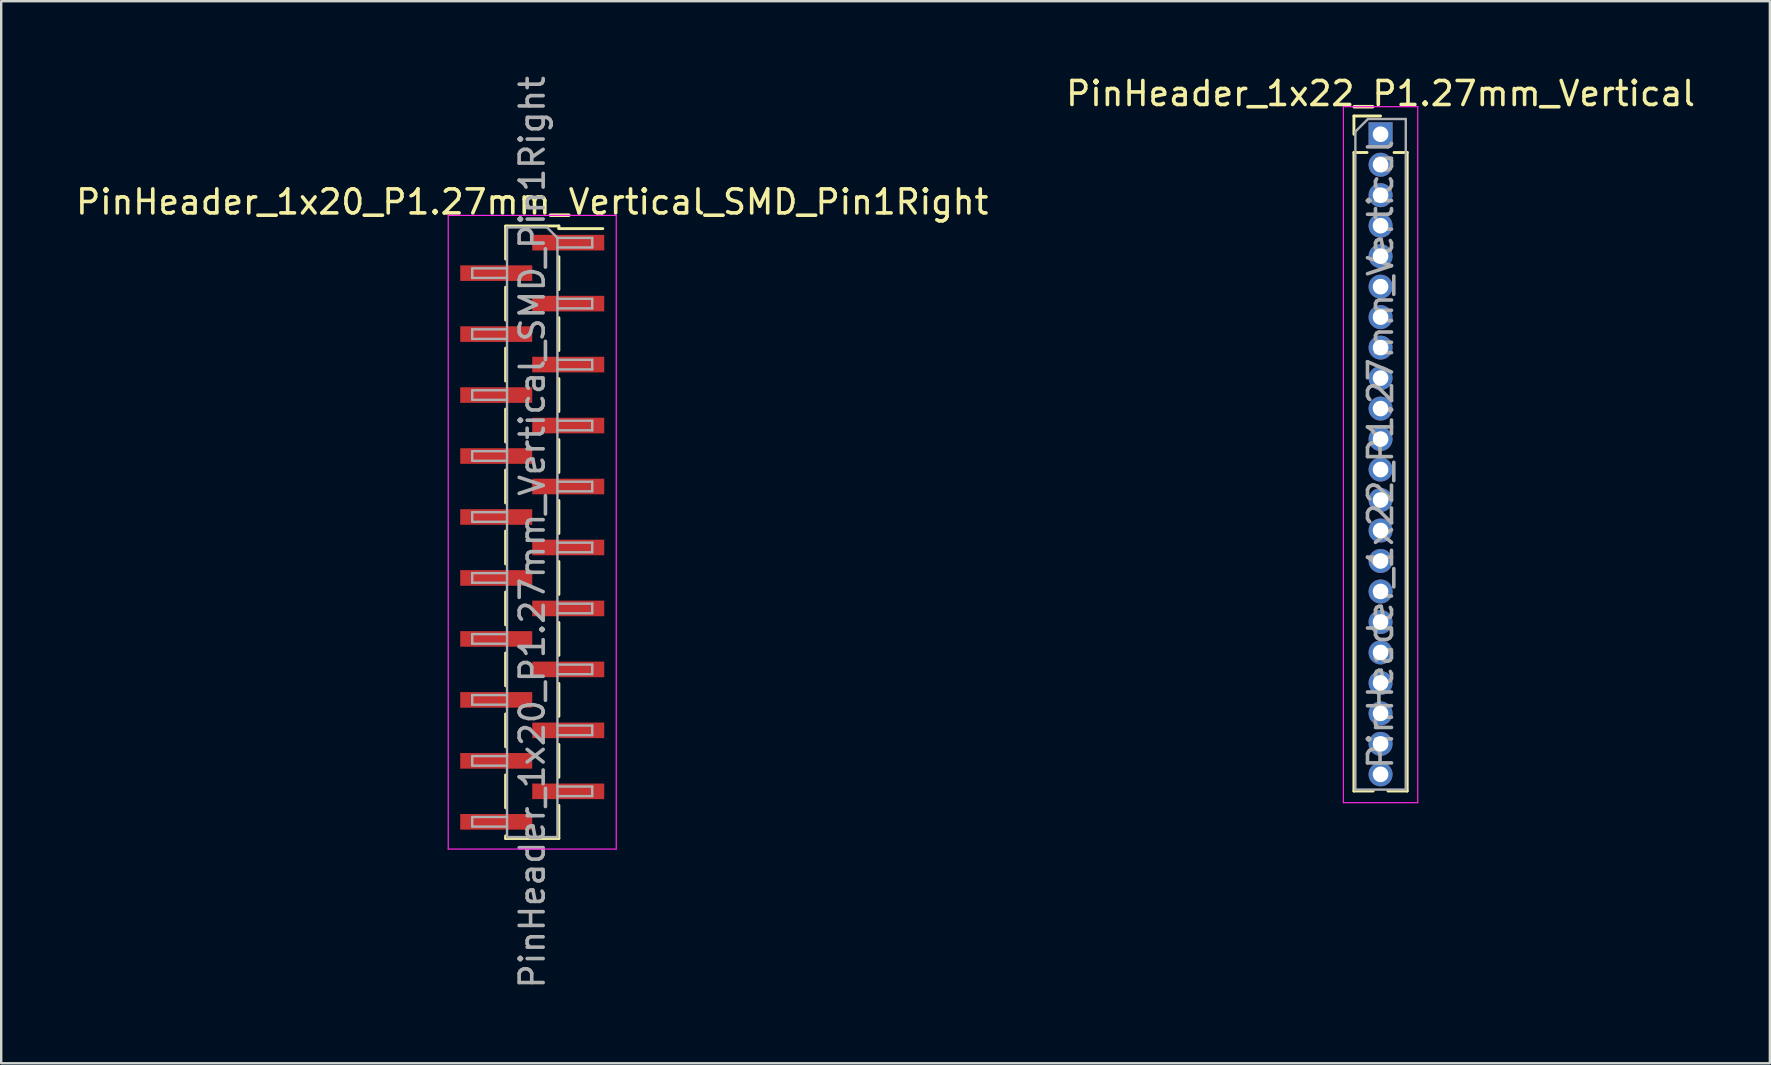
<source format=kicad_pcb>
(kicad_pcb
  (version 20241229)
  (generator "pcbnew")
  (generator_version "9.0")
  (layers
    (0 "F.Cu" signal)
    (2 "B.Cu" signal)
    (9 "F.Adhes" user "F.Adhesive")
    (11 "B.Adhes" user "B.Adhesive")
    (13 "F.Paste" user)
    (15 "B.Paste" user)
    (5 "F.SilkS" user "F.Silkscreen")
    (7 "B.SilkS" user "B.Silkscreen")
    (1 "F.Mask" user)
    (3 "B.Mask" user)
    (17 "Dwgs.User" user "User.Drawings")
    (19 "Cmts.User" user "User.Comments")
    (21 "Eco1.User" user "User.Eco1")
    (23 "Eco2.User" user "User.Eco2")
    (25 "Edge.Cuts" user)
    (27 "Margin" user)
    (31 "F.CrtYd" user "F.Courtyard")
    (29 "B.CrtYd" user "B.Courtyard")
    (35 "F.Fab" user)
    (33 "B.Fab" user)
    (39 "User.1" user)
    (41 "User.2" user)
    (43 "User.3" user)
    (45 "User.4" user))
  (footprint "PinHeader_1x22_P1.27mm_Vertical"
    (layer "F.Cu")
    (at 54.47 2.543)
    (property "Reference" "PinHeader_1x22_P1.27mm_Vertical" (at 0 -1.695 0) (layer "F.SilkS") (effects (font (size 1 1) (thickness 0.15))))
    (attr through_hole)
    (fp_line (start -1.11 -0.76) (end 0 -0.76) (stroke (width 0.12) (type solid)) (layer "F.SilkS"))
    (fp_line (start -1.11 0) (end -1.11 -0.76) (stroke (width 0.12) (type solid)) (layer "F.SilkS"))
    (fp_line (start -1.11 0.76) (end -1.11 27.365) (stroke (width 0.12) (type solid)) (layer "F.SilkS"))
    (fp_line (start -1.11 0.76) (end -0.563 0.76) (stroke (width 0.12) (type solid)) (layer "F.SilkS"))
    (fp_line (start -1.11 27.365) (end -0.308 27.365) (stroke (width 0.12) (type solid)) (layer "F.SilkS"))
    (fp_line (start 0.308 27.365) (end 1.11 27.365) (stroke (width 0.12) (type solid)) (layer "F.SilkS"))
    (fp_line (start 0.563 0.76) (end 1.11 0.76) (stroke (width 0.12) (type solid)) (layer "F.SilkS"))
    (fp_line (start 1.11 0.76) (end 1.11 27.365) (stroke (width 0.12) (type solid)) (layer "F.SilkS"))
    (fp_line (start -1.55 -1.15) (end -1.55 27.85) (stroke (width 0.05) (type solid)) (layer "F.CrtYd"))
    (fp_line (start -1.55 27.85) (end 1.55 27.85) (stroke (width 0.05) (type solid)) (layer "F.CrtYd"))
    (fp_line (start 1.55 -1.15) (end -1.55 -1.15) (stroke (width 0.05) (type solid)) (layer "F.CrtYd"))
    (fp_line (start 1.55 27.85) (end 1.55 -1.15) (stroke (width 0.05) (type solid)) (layer "F.CrtYd"))
    (fp_line (start -1.05 -0.11) (end -0.525 -0.635) (stroke (width 0.1) (type solid)) (layer "F.Fab"))
    (fp_line (start -1.05 27.305) (end -1.05 -0.11) (stroke (width 0.1) (type solid)) (layer "F.Fab"))
    (fp_line (start -0.525 -0.635) (end 1.05 -0.635) (stroke (width 0.1) (type solid)) (layer "F.Fab"))
    (fp_line (start 1.05 -0.635) (end 1.05 27.305) (stroke (width 0.1) (type solid)) (layer "F.Fab"))
    (fp_line (start 1.05 27.305) (end -1.05 27.305) (stroke (width 0.1) (type solid)) (layer "F.Fab"))
    (fp_text user "${REFERENCE}" (at 0 13.335 90) (layer "F.Fab") (effects (font (size 1 1) (thickness 0.15))))
    (pad "1" thru_hole rect (at 0 0) (size 1 1) (drill 0.65) (layers "*.Cu" "*.Mask"))
    (pad "2" thru_hole oval (at 0 1.27) (size 1 1) (drill 0.65) (layers "*.Cu" "*.Mask"))
    (pad "3" thru_hole oval (at 0 2.54) (size 1 1) (drill 0.65) (layers "*.Cu" "*.Mask"))
    (pad "4" thru_hole oval (at 0 3.81) (size 1 1) (drill 0.65) (layers "*.Cu" "*.Mask"))
    (pad "5" thru_hole oval (at 0 5.08) (size 1 1) (drill 0.65) (layers "*.Cu" "*.Mask"))
    (pad "6" thru_hole oval (at 0 6.35) (size 1 1) (drill 0.65) (layers "*.Cu" "*.Mask"))
    (pad "7" thru_hole oval (at 0 7.62) (size 1 1) (drill 0.65) (layers "*.Cu" "*.Mask"))
    (pad "8" thru_hole oval (at 0 8.89) (size 1 1) (drill 0.65) (layers "*.Cu" "*.Mask"))
    (pad "9" thru_hole oval (at 0 10.16) (size 1 1) (drill 0.65) (layers "*.Cu" "*.Mask"))
    (pad "10" thru_hole oval (at 0 11.43) (size 1 1) (drill 0.65) (layers "*.Cu" "*.Mask"))
    (pad "11" thru_hole oval (at 0 12.7) (size 1 1) (drill 0.65) (layers "*.Cu" "*.Mask"))
    (pad "12" thru_hole oval (at 0 13.97) (size 1 1) (drill 0.65) (layers "*.Cu" "*.Mask"))
    (pad "13" thru_hole oval (at 0 15.24) (size 1 1) (drill 0.65) (layers "*.Cu" "*.Mask"))
    (pad "14" thru_hole oval (at 0 16.51) (size 1 1) (drill 0.65) (layers "*.Cu" "*.Mask"))
    (pad "15" thru_hole oval (at 0 17.78) (size 1 1) (drill 0.65) (layers "*.Cu" "*.Mask"))
    (pad "16" thru_hole oval (at 0 19.05) (size 1 1) (drill 0.65) (layers "*.Cu" "*.Mask"))
    (pad "17" thru_hole oval (at 0 20.32) (size 1 1) (drill 0.65) (layers "*.Cu" "*.Mask"))
    (pad "18" thru_hole oval (at 0 21.59) (size 1 1) (drill 0.65) (layers "*.Cu" "*.Mask"))
    (pad "19" thru_hole oval (at 0 22.86) (size 1 1) (drill 0.65) (layers "*.Cu" "*.Mask"))
    (pad "20" thru_hole oval (at 0 24.13) (size 1 1) (drill 0.65) (layers "*.Cu" "*.Mask"))
    (pad "21" thru_hole oval (at 0 25.4) (size 1 1) (drill 0.65) (layers "*.Cu" "*.Mask"))
    (pad "22" thru_hole oval (at 0 26.67) (size 1 1) (drill 0.65) (layers "*.Cu" "*.Mask")))
  (footprint "PinHeader_1x20_P1.27mm_Vertical_SMD_Pin1Right"
    (layer "F.Cu")
    (at 19.125 19.125)
    (property "Reference" "PinHeader_1x20_P1.27mm_Vertical_SMD_Pin1Right" (at 0 -13.76 0) (layer "F.SilkS") (effects (font (size 1 1) (thickness 0.15))))
    (attr smd)
    (fp_line (start -1.11 -12.76) (end 1.11 -12.76) (stroke (width 0.12) (type solid)) (layer "F.SilkS"))
    (fp_line (start -1.11 -12.75) (end -1.11 -11.38) (stroke (width 0.12) (type solid)) (layer "F.SilkS"))
    (fp_line (start -1.11 -10.21) (end -1.11 -8.84) (stroke (width 0.12) (type solid)) (layer "F.SilkS"))
    (fp_line (start -1.11 -7.67) (end -1.11 -6.3) (stroke (width 0.12) (type solid)) (layer "F.SilkS"))
    (fp_line (start -1.11 -5.13) (end -1.11 -3.76) (stroke (width 0.12) (type solid)) (layer "F.SilkS"))
    (fp_line (start -1.11 -2.59) (end -1.11 -1.22) (stroke (width 0.12) (type solid)) (layer "F.SilkS"))
    (fp_line (start -1.11 -0.05) (end -1.11 1.32) (stroke (width 0.12) (type solid)) (layer "F.SilkS"))
    (fp_line (start -1.11 2.49) (end -1.11 3.86) (stroke (width 0.12) (type solid)) (layer "F.SilkS"))
    (fp_line (start -1.11 5.03) (end -1.11 6.4) (stroke (width 0.12) (type solid)) (layer "F.SilkS"))
    (fp_line (start -1.11 7.57) (end -1.11 8.94) (stroke (width 0.12) (type solid)) (layer "F.SilkS"))
    (fp_line (start -1.11 10.11) (end -1.11 11.48) (stroke (width 0.12) (type solid)) (layer "F.SilkS"))
    (fp_line (start -1.11 12.65) (end -1.11 12.76) (stroke (width 0.12) (type solid)) (layer "F.SilkS"))
    (fp_line (start -1.11 12.76) (end 1.11 12.76) (stroke (width 0.12) (type solid)) (layer "F.SilkS"))
    (fp_line (start 1.11 -12.76) (end 1.11 -12.65) (stroke (width 0.12) (type solid)) (layer "F.SilkS"))
    (fp_line (start 1.11 -12.65) (end 2.94 -12.65) (stroke (width 0.12) (type solid)) (layer "F.SilkS"))
    (fp_line (start 1.11 -11.48) (end 1.11 -10.11) (stroke (width 0.12) (type solid)) (layer "F.SilkS"))
    (fp_line (start 1.11 -8.94) (end 1.11 -7.57) (stroke (width 0.12) (type solid)) (layer "F.SilkS"))
    (fp_line (start 1.11 -6.4) (end 1.11 -5.03) (stroke (width 0.12) (type solid)) (layer "F.SilkS"))
    (fp_line (start 1.11 -3.86) (end 1.11 -2.49) (stroke (width 0.12) (type solid)) (layer "F.SilkS"))
    (fp_line (start 1.11 -1.32) (end 1.11 0.05) (stroke (width 0.12) (type solid)) (layer "F.SilkS"))
    (fp_line (start 1.11 1.22) (end 1.11 2.59) (stroke (width 0.12) (type solid)) (layer "F.SilkS"))
    (fp_line (start 1.11 3.76) (end 1.11 5.13) (stroke (width 0.12) (type solid)) (layer "F.SilkS"))
    (fp_line (start 1.11 6.3) (end 1.11 7.67) (stroke (width 0.12) (type solid)) (layer "F.SilkS"))
    (fp_line (start 1.11 8.84) (end 1.11 10.21) (stroke (width 0.12) (type solid)) (layer "F.SilkS"))
    (fp_line (start 1.11 11.38) (end 1.11 12.75) (stroke (width 0.12) (type solid)) (layer "F.SilkS"))
    (fp_line (start -3.5 -13.2) (end -3.5 13.2) (stroke (width 0.05) (type solid)) (layer "F.CrtYd"))
    (fp_line (start -3.5 13.2) (end 3.5 13.2) (stroke (width 0.05) (type solid)) (layer "F.CrtYd"))
    (fp_line (start 3.5 -13.2) (end -3.5 -13.2) (stroke (width 0.05) (type solid)) (layer "F.CrtYd"))
    (fp_line (start 3.5 13.2) (end 3.5 -13.2) (stroke (width 0.05) (type solid)) (layer "F.CrtYd"))
    (fp_line (start -2.5 -10.995) (end -2.5 -10.595) (stroke (width 0.1) (type solid)) (layer "F.Fab"))
    (fp_line (start -2.5 -10.595) (end -1.05 -10.595) (stroke (width 0.1) (type solid)) (layer "F.Fab"))
    (fp_line (start -2.5 -8.455) (end -2.5 -8.055) (stroke (width 0.1) (type solid)) (layer "F.Fab"))
    (fp_line (start -2.5 -8.055) (end -1.05 -8.055) (stroke (width 0.1) (type solid)) (layer "F.Fab"))
    (fp_line (start -2.5 -5.915) (end -2.5 -5.515) (stroke (width 0.1) (type solid)) (layer "F.Fab"))
    (fp_line (start -2.5 -5.515) (end -1.05 -5.515) (stroke (width 0.1) (type solid)) (layer "F.Fab"))
    (fp_line (start -2.5 -3.375) (end -2.5 -2.975) (stroke (width 0.1) (type solid)) (layer "F.Fab"))
    (fp_line (start -2.5 -2.975) (end -1.05 -2.975) (stroke (width 0.1) (type solid)) (layer "F.Fab"))
    (fp_line (start -2.5 -0.835) (end -2.5 -0.435) (stroke (width 0.1) (type solid)) (layer "F.Fab"))
    (fp_line (start -2.5 -0.435) (end -1.05 -0.435) (stroke (width 0.1) (type solid)) (layer "F.Fab"))
    (fp_line (start -2.5 1.705) (end -2.5 2.105) (stroke (width 0.1) (type solid)) (layer "F.Fab"))
    (fp_line (start -2.5 2.105) (end -1.05 2.105) (stroke (width 0.1) (type solid)) (layer "F.Fab"))
    (fp_line (start -2.5 4.245) (end -2.5 4.645) (stroke (width 0.1) (type solid)) (layer "F.Fab"))
    (fp_line (start -2.5 4.645) (end -1.05 4.645) (stroke (width 0.1) (type solid)) (layer "F.Fab"))
    (fp_line (start -2.5 6.785) (end -2.5 7.185) (stroke (width 0.1) (type solid)) (layer "F.Fab"))
    (fp_line (start -2.5 7.185) (end -1.05 7.185) (stroke (width 0.1) (type solid)) (layer "F.Fab"))
    (fp_line (start -2.5 9.325) (end -2.5 9.725) (stroke (width 0.1) (type solid)) (layer "F.Fab"))
    (fp_line (start -2.5 9.725) (end -1.05 9.725) (stroke (width 0.1) (type solid)) (layer "F.Fab"))
    (fp_line (start -2.5 11.865) (end -2.5 12.265) (stroke (width 0.1) (type solid)) (layer "F.Fab"))
    (fp_line (start -2.5 12.265) (end -1.05 12.265) (stroke (width 0.1) (type solid)) (layer "F.Fab"))
    (fp_line (start -1.05 -12.7) (end -1.05 12.7) (stroke (width 0.1) (type solid)) (layer "F.Fab"))
    (fp_line (start -1.05 -12.7) (end 0.615 -12.7) (stroke (width 0.1) (type solid)) (layer "F.Fab"))
    (fp_line (start -1.05 -10.995) (end -2.5 -10.995) (stroke (width 0.1) (type solid)) (layer "F.Fab"))
    (fp_line (start -1.05 -8.455) (end -2.5 -8.455) (stroke (width 0.1) (type solid)) (layer "F.Fab"))
    (fp_line (start -1.05 -5.915) (end -2.5 -5.915) (stroke (width 0.1) (type solid)) (layer "F.Fab"))
    (fp_line (start -1.05 -3.375) (end -2.5 -3.375) (stroke (width 0.1) (type solid)) (layer "F.Fab"))
    (fp_line (start -1.05 -0.835) (end -2.5 -0.835) (stroke (width 0.1) (type solid)) (layer "F.Fab"))
    (fp_line (start -1.05 1.705) (end -2.5 1.705) (stroke (width 0.1) (type solid)) (layer "F.Fab"))
    (fp_line (start -1.05 4.245) (end -2.5 4.245) (stroke (width 0.1) (type solid)) (layer "F.Fab"))
    (fp_line (start -1.05 6.785) (end -2.5 6.785) (stroke (width 0.1) (type solid)) (layer "F.Fab"))
    (fp_line (start -1.05 9.325) (end -2.5 9.325) (stroke (width 0.1) (type solid)) (layer "F.Fab"))
    (fp_line (start -1.05 11.865) (end -2.5 11.865) (stroke (width 0.1) (type solid)) (layer "F.Fab"))
    (fp_line (start 1.05 -12.265) (end 0.615 -12.7) (stroke (width 0.1) (type solid)) (layer "F.Fab"))
    (fp_line (start 1.05 -12.265) (end 2.5 -12.265) (stroke (width 0.1) (type solid)) (layer "F.Fab"))
    (fp_line (start 1.05 -9.725) (end 2.5 -9.725) (stroke (width 0.1) (type solid)) (layer "F.Fab"))
    (fp_line (start 1.05 -7.185) (end 2.5 -7.185) (stroke (width 0.1) (type solid)) (layer "F.Fab"))
    (fp_line (start 1.05 -4.645) (end 2.5 -4.645) (stroke (width 0.1) (type solid)) (layer "F.Fab"))
    (fp_line (start 1.05 -2.105) (end 2.5 -2.105) (stroke (width 0.1) (type solid)) (layer "F.Fab"))
    (fp_line (start 1.05 0.435) (end 2.5 0.435) (stroke (width 0.1) (type solid)) (layer "F.Fab"))
    (fp_line (start 1.05 2.975) (end 2.5 2.975) (stroke (width 0.1) (type solid)) (layer "F.Fab"))
    (fp_line (start 1.05 5.515) (end 2.5 5.515) (stroke (width 0.1) (type solid)) (layer "F.Fab"))
    (fp_line (start 1.05 8.055) (end 2.5 8.055) (stroke (width 0.1) (type solid)) (layer "F.Fab"))
    (fp_line (start 1.05 10.595) (end 2.5 10.595) (stroke (width 0.1) (type solid)) (layer "F.Fab"))
    (fp_line (start 1.05 12.7) (end -1.05 12.7) (stroke (width 0.1) (type solid)) (layer "F.Fab"))
    (fp_line (start 1.05 12.7) (end 1.05 -12.265) (stroke (width 0.1) (type solid)) (layer "F.Fab"))
    (fp_line (start 2.5 -12.265) (end 2.5 -11.865) (stroke (width 0.1) (type solid)) (layer "F.Fab"))
    (fp_line (start 2.5 -11.865) (end 1.05 -11.865) (stroke (width 0.1) (type solid)) (layer "F.Fab"))
    (fp_line (start 2.5 -9.725) (end 2.5 -9.325) (stroke (width 0.1) (type solid)) (layer "F.Fab"))
    (fp_line (start 2.5 -9.325) (end 1.05 -9.325) (stroke (width 0.1) (type solid)) (layer "F.Fab"))
    (fp_line (start 2.5 -7.185) (end 2.5 -6.785) (stroke (width 0.1) (type solid)) (layer "F.Fab"))
    (fp_line (start 2.5 -6.785) (end 1.05 -6.785) (stroke (width 0.1) (type solid)) (layer "F.Fab"))
    (fp_line (start 2.5 -4.645) (end 2.5 -4.245) (stroke (width 0.1) (type solid)) (layer "F.Fab"))
    (fp_line (start 2.5 -4.245) (end 1.05 -4.245) (stroke (width 0.1) (type solid)) (layer "F.Fab"))
    (fp_line (start 2.5 -2.105) (end 2.5 -1.705) (stroke (width 0.1) (type solid)) (layer "F.Fab"))
    (fp_line (start 2.5 -1.705) (end 1.05 -1.705) (stroke (width 0.1) (type solid)) (layer "F.Fab"))
    (fp_line (start 2.5 0.435) (end 2.5 0.835) (stroke (width 0.1) (type solid)) (layer "F.Fab"))
    (fp_line (start 2.5 0.835) (end 1.05 0.835) (stroke (width 0.1) (type solid)) (layer "F.Fab"))
    (fp_line (start 2.5 2.975) (end 2.5 3.375) (stroke (width 0.1) (type solid)) (layer "F.Fab"))
    (fp_line (start 2.5 3.375) (end 1.05 3.375) (stroke (width 0.1) (type solid)) (layer "F.Fab"))
    (fp_line (start 2.5 5.515) (end 2.5 5.915) (stroke (width 0.1) (type solid)) (layer "F.Fab"))
    (fp_line (start 2.5 5.915) (end 1.05 5.915) (stroke (width 0.1) (type solid)) (layer "F.Fab"))
    (fp_line (start 2.5 8.055) (end 2.5 8.455) (stroke (width 0.1) (type solid)) (layer "F.Fab"))
    (fp_line (start 2.5 8.455) (end 1.05 8.455) (stroke (width 0.1) (type solid)) (layer "F.Fab"))
    (fp_line (start 2.5 10.595) (end 2.5 10.995) (stroke (width 0.1) (type solid)) (layer "F.Fab"))
    (fp_line (start 2.5 10.995) (end 1.05 10.995) (stroke (width 0.1) (type solid)) (layer "F.Fab"))
    (fp_text user "${REFERENCE}" (at 0 0 90) (layer "F.Fab") (effects (font (size 1 1) (thickness 0.15))))
    (pad "1" smd rect (at 1.5 -12.065) (size 3 0.65) (layers "F.Cu" "F.Mask" "F.Paste"))
    (pad "2" smd rect (at -1.5 -10.795) (size 3 0.65) (layers "F.Cu" "F.Mask" "F.Paste"))
    (pad "3" smd rect (at 1.5 -9.525) (size 3 0.65) (layers "F.Cu" "F.Mask" "F.Paste"))
    (pad "4" smd rect (at -1.5 -8.255) (size 3 0.65) (layers "F.Cu" "F.Mask" "F.Paste"))
    (pad "5" smd rect (at 1.5 -6.985) (size 3 0.65) (layers "F.Cu" "F.Mask" "F.Paste"))
    (pad "6" smd rect (at -1.5 -5.715) (size 3 0.65) (layers "F.Cu" "F.Mask" "F.Paste"))
    (pad "7" smd rect (at 1.5 -4.445) (size 3 0.65) (layers "F.Cu" "F.Mask" "F.Paste"))
    (pad "8" smd rect (at -1.5 -3.175) (size 3 0.65) (layers "F.Cu" "F.Mask" "F.Paste"))
    (pad "9" smd rect (at 1.5 -1.905) (size 3 0.65) (layers "F.Cu" "F.Mask" "F.Paste"))
    (pad "10" smd rect (at -1.5 -0.635) (size 3 0.65) (layers "F.Cu" "F.Mask" "F.Paste"))
    (pad "11" smd rect (at 1.5 0.635) (size 3 0.65) (layers "F.Cu" "F.Mask" "F.Paste"))
    (pad "12" smd rect (at -1.5 1.905) (size 3 0.65) (layers "F.Cu" "F.Mask" "F.Paste"))
    (pad "13" smd rect (at 1.5 3.175) (size 3 0.65) (layers "F.Cu" "F.Mask" "F.Paste"))
    (pad "14" smd rect (at -1.5 4.445) (size 3 0.65) (layers "F.Cu" "F.Mask" "F.Paste"))
    (pad "15" smd rect (at 1.5 5.715) (size 3 0.65) (layers "F.Cu" "F.Mask" "F.Paste"))
    (pad "16" smd rect (at -1.5 6.985) (size 3 0.65) (layers "F.Cu" "F.Mask" "F.Paste"))
    (pad "17" smd rect (at 1.5 8.255) (size 3 0.65) (layers "F.Cu" "F.Mask" "F.Paste"))
    (pad "18" smd rect (at -1.5 9.525) (size 3 0.65) (layers "F.Cu" "F.Mask" "F.Paste"))
    (pad "19" smd rect (at 1.5 10.795) (size 3 0.65) (layers "F.Cu" "F.Mask" "F.Paste"))
    (pad "20" smd rect (at -1.5 12.065) (size 3 0.65) (layers "F.Cu" "F.Mask" "F.Paste")))
  (gr_rect
    (start -3 -3)
    (end 70.69 41.25)
    (stroke (width 0.1) (type default))
    (fill no)
    (layer "Edge.Cuts")))
</source>
